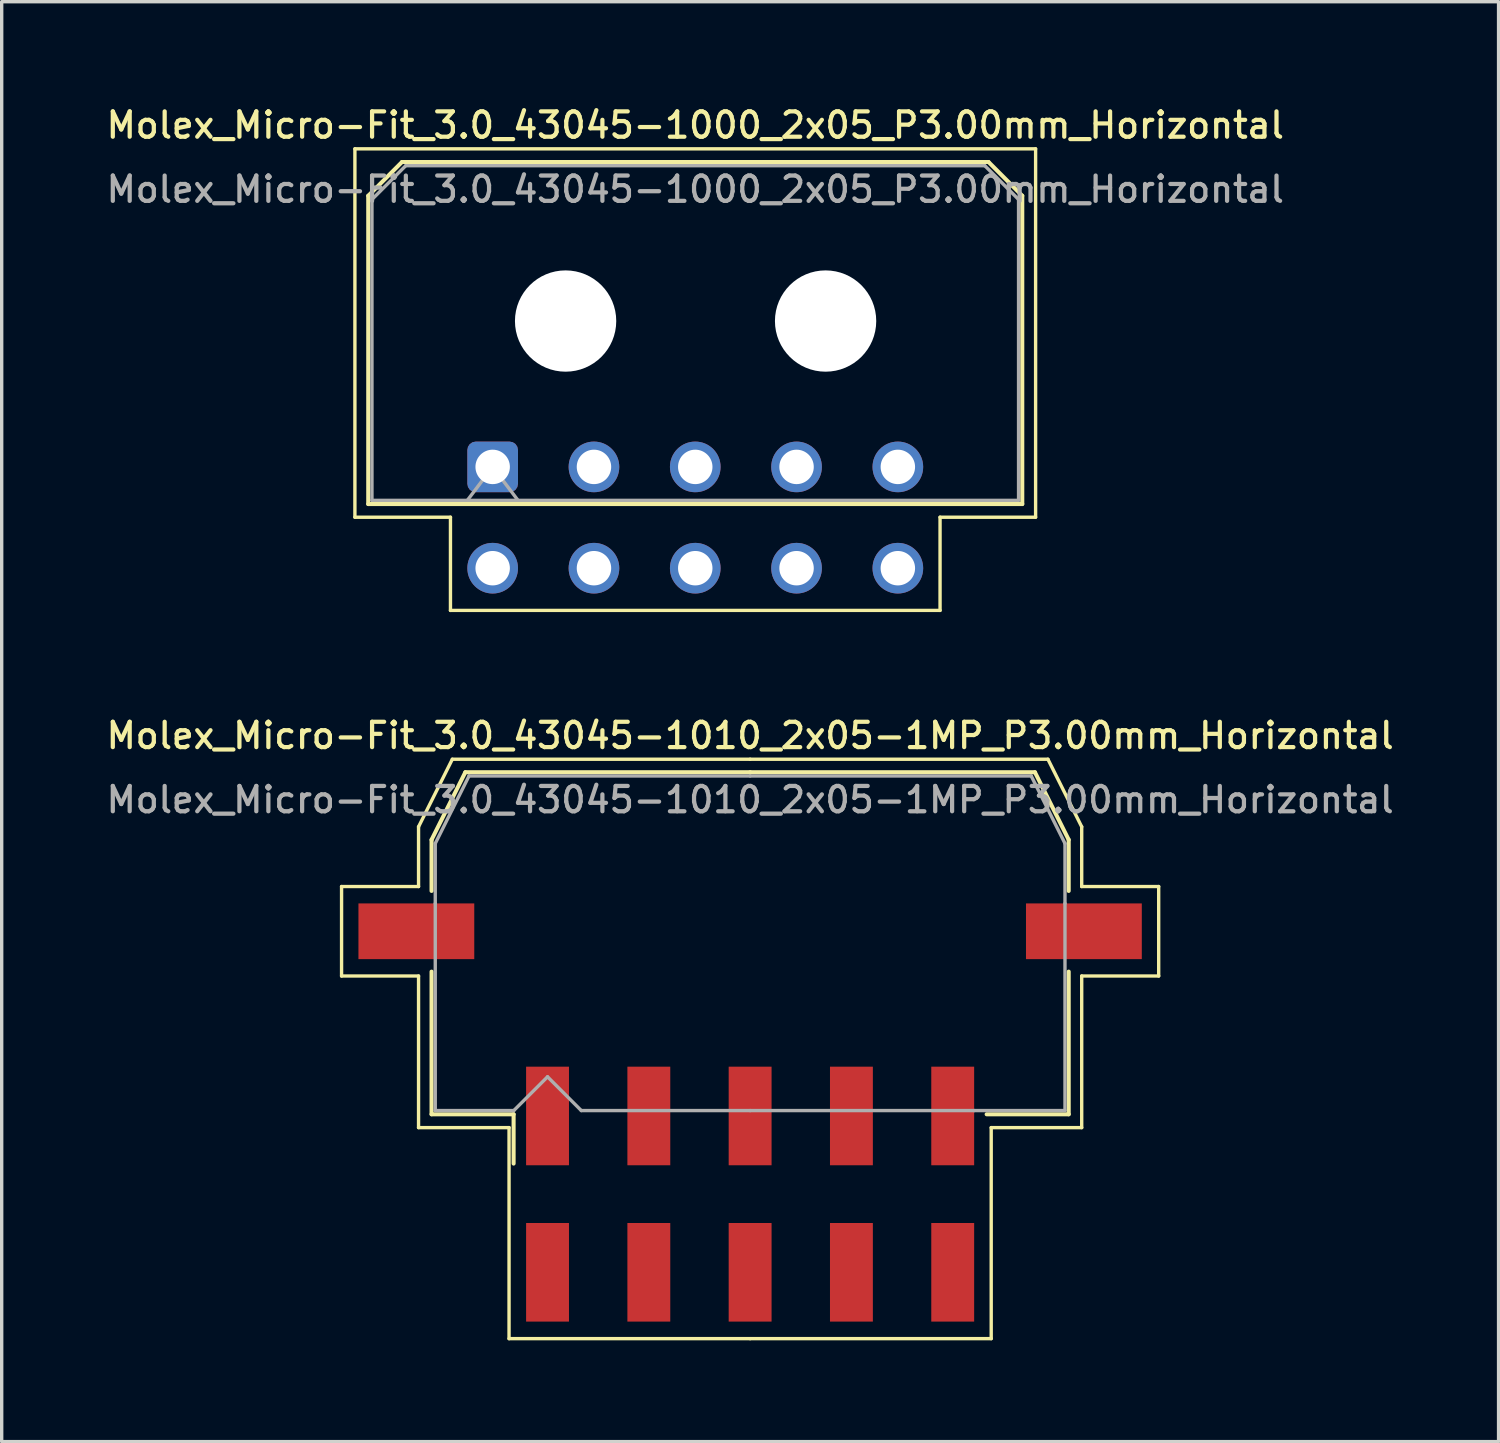
<source format=kicad_pcb>
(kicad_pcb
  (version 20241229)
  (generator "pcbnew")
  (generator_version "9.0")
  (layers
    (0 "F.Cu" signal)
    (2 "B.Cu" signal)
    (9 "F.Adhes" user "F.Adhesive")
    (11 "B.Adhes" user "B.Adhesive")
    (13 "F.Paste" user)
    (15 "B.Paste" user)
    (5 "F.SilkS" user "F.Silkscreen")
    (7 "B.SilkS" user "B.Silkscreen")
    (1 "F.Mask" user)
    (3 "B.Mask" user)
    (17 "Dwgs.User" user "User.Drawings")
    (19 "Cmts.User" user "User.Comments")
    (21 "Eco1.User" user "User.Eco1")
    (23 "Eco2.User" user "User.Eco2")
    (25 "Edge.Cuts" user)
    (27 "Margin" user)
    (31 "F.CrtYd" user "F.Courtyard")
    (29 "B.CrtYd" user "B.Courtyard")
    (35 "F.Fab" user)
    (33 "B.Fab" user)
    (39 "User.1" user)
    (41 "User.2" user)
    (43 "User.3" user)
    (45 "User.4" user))
  (footprint "Molex_Micro-Fit_3.0_43045-1000_2x05_P3.00mm_Horizontal"
    (layer "F.Cu")
    (at 11.541 10.778)
    (property "Reference" "Molex_Micro-Fit_3.0_43045-1000_2x05_P3.00mm_Horizontal" (at 6 -10.12 0) (layer "F.SilkS") (effects (font (size 0.75 0.75) (thickness 0.125))))
    (attr through_hole)
    (fp_line (start -4.08 -9.42) (end 16.08 -9.42) (stroke (width 0.1) (type solid)) (layer "F.SilkS"))
    (fp_line (start -4.08 1.49) (end -4.08 -9.42) (stroke (width 0.1) (type solid)) (layer "F.SilkS"))
    (fp_line (start -3.685 -8.03) (end -2.685 -9.03) (stroke (width 0.12) (type solid)) (layer "F.SilkS"))
    (fp_line (start -3.685 1.1) (end -3.685 -8.03) (stroke (width 0.12) (type solid)) (layer "F.SilkS"))
    (fp_line (start -2.685 -9.03) (end 14.685 -9.03) (stroke (width 0.12) (type solid)) (layer "F.SilkS"))
    (fp_line (start -1.25 1.49) (end -4.08 1.49) (stroke (width 0.1) (type solid)) (layer "F.SilkS"))
    (fp_line (start -1.25 4.25) (end -1.25 1.49) (stroke (width 0.1) (type solid)) (layer "F.SilkS"))
    (fp_line (start 13.25 1.49) (end 13.25 4.25) (stroke (width 0.1) (type solid)) (layer "F.SilkS"))
    (fp_line (start 13.25 4.25) (end -1.25 4.25) (stroke (width 0.1) (type solid)) (layer "F.SilkS"))
    (fp_line (start 14.685 -9.03) (end 15.685 -8.03) (stroke (width 0.12) (type solid)) (layer "F.SilkS"))
    (fp_line (start 15.685 -8.03) (end 15.685 1.1) (stroke (width 0.12) (type solid)) (layer "F.SilkS"))
    (fp_line (start 15.685 1.1) (end -3.685 1.1) (stroke (width 0.12) (type solid)) (layer "F.SilkS"))
    (fp_line (start 16.08 -9.42) (end 16.08 1.49) (stroke (width 0.1) (type solid)) (layer "F.SilkS"))
    (fp_line (start 16.08 1.49) (end 13.25 1.49) (stroke (width 0.1) (type solid)) (layer "F.SilkS"))
    (fp_line (start -3.575 -7.92) (end -2.575 -8.92) (stroke (width 0.1) (type solid)) (layer "F.Fab"))
    (fp_line (start -3.575 0.99) (end -3.575 -7.92) (stroke (width 0.1) (type solid)) (layer "F.Fab"))
    (fp_line (start -2.575 -8.92) (end 14.575 -8.92) (stroke (width 0.1) (type solid)) (layer "F.Fab"))
    (fp_line (start -0.75 0.99) (end 0 0) (stroke (width 0.1) (type solid)) (layer "F.Fab"))
    (fp_line (start 0 0) (end 0.75 0.99) (stroke (width 0.1) (type solid)) (layer "F.Fab"))
    (fp_line (start 14.575 -8.92) (end 15.575 -7.92) (stroke (width 0.1) (type solid)) (layer "F.Fab"))
    (fp_line (start 15.575 -7.92) (end 15.575 0.99) (stroke (width 0.1) (type solid)) (layer "F.Fab"))
    (fp_line (start 15.575 0.99) (end -3.575 0.99) (stroke (width 0.1) (type solid)) (layer "F.Fab"))
    (fp_text user "${REFERENCE}" (at 6 -8.22 0) (layer "F.Fab") (effects (font (size 0.75 0.75) (thickness 0.125))))
    (pad "" np_thru_hole circle (at 2.16 -4.32) (size 3 3) (drill 3) (layers "*.Cu" "*.Mask"))
    (pad "" np_thru_hole circle (at 9.86 -4.32) (size 3 3) (drill 3) (layers "*.Cu" "*.Mask"))
    (pad "1" thru_hole roundrect (at 0 0) (size 1.5 1.5) (drill 1.02) (layers "*.Cu" "*.Mask") (roundrect_rratio 0.167))
    (pad "2" thru_hole circle (at 3 0) (size 1.5 1.5) (drill 1.02) (layers "*.Cu" "*.Mask"))
    (pad "3" thru_hole circle (at 6 0) (size 1.5 1.5) (drill 1.02) (layers "*.Cu" "*.Mask"))
    (pad "4" thru_hole circle (at 9 0) (size 1.5 1.5) (drill 1.02) (layers "*.Cu" "*.Mask"))
    (pad "5" thru_hole circle (at 12 0) (size 1.5 1.5) (drill 1.02) (layers "*.Cu" "*.Mask"))
    (pad "6" thru_hole circle (at 0 3) (size 1.5 1.5) (drill 1.02) (layers "*.Cu" "*.Mask"))
    (pad "7" thru_hole circle (at 3 3) (size 1.5 1.5) (drill 1.02) (layers "*.Cu" "*.Mask"))
    (pad "8" thru_hole circle (at 6 3) (size 1.5 1.5) (drill 1.02) (layers "*.Cu" "*.Mask"))
    (pad "9" thru_hole circle (at 9 3) (size 1.5 1.5) (drill 1.02) (layers "*.Cu" "*.Mask"))
    (pad "10" thru_hole circle (at 12 3) (size 1.5 1.5) (drill 1.02) (layers "*.Cu" "*.Mask")))
  (footprint "Molex_Micro-Fit_3.0_43045-1010_2x05-1MP_P3.00mm_Horizontal"
    (layer "F.Cu")
    (at 19.166 32.316)
    (property "Reference" "Molex_Micro-Fit_3.0_43045-1010_2x05-1MP_P3.00mm_Horizontal" (at 0 -13.58 0) (layer "F.SilkS") (effects (font (size 0.75 0.75) (thickness 0.125))))
    (attr smd)
    (fp_line (start -12.1 -9.11) (end -12.1 -6.46) (stroke (width 0.1) (type solid)) (layer "F.SilkS"))
    (fp_line (start -12.1 -6.46) (end -9.82 -6.46) (stroke (width 0.1) (type solid)) (layer "F.SilkS"))
    (fp_line (start -9.82 -10.88) (end -9.82 -9.11) (stroke (width 0.1) (type solid)) (layer "F.SilkS"))
    (fp_line (start -9.82 -9.11) (end -12.1 -9.11) (stroke (width 0.1) (type solid)) (layer "F.SilkS"))
    (fp_line (start -9.82 -6.46) (end -9.82 -1.97) (stroke (width 0.1) (type solid)) (layer "F.SilkS"))
    (fp_line (start -9.82 -1.97) (end -7.14 -1.97) (stroke (width 0.1) (type solid)) (layer "F.SilkS"))
    (fp_line (start -9.435 -10.495) (end -9.435 -8.98) (stroke (width 0.12) (type solid)) (layer "F.SilkS"))
    (fp_line (start -9.435 -6.59) (end -9.435 -2.365) (stroke (width 0.12) (type solid)) (layer "F.SilkS"))
    (fp_line (start -9.435 -2.365) (end -7.005 -2.365) (stroke (width 0.12) (type solid)) (layer "F.SilkS"))
    (fp_line (start -8.82 -12.88) (end -9.82 -10.88) (stroke (width 0.1) (type solid)) (layer "F.SilkS"))
    (fp_line (start -8.435 -12.495) (end -9.435 -10.495) (stroke (width 0.12) (type solid)) (layer "F.SilkS"))
    (fp_line (start -7.14 -1.97) (end -7.14 4.28) (stroke (width 0.1) (type solid)) (layer "F.SilkS"))
    (fp_line (start -7.14 4.28) (end 0 4.28) (stroke (width 0.1) (type solid)) (layer "F.SilkS"))
    (fp_line (start -7.005 -2.365) (end -7.005 -0.905) (stroke (width 0.12) (type solid)) (layer "F.SilkS"))
    (fp_line (start 0 -12.88) (end -8.82 -12.88) (stroke (width 0.1) (type solid)) (layer "F.SilkS"))
    (fp_line (start 0 -12.88) (end 8.82 -12.88) (stroke (width 0.1) (type solid)) (layer "F.SilkS"))
    (fp_line (start 0 -12.495) (end -8.435 -12.495) (stroke (width 0.12) (type solid)) (layer "F.SilkS"))
    (fp_line (start 0 -12.495) (end 8.435 -12.495) (stroke (width 0.12) (type solid)) (layer "F.SilkS"))
    (fp_line (start 7.14 -1.97) (end 7.14 4.28) (stroke (width 0.1) (type solid)) (layer "F.SilkS"))
    (fp_line (start 7.14 4.28) (end 0 4.28) (stroke (width 0.1) (type solid)) (layer "F.SilkS"))
    (fp_line (start 8.435 -12.495) (end 9.435 -10.495) (stroke (width 0.12) (type solid)) (layer "F.SilkS"))
    (fp_line (start 8.82 -12.88) (end 9.82 -10.88) (stroke (width 0.1) (type solid)) (layer "F.SilkS"))
    (fp_line (start 9.435 -10.495) (end 9.435 -8.98) (stroke (width 0.12) (type solid)) (layer "F.SilkS"))
    (fp_line (start 9.435 -6.59) (end 9.435 -2.365) (stroke (width 0.12) (type solid)) (layer "F.SilkS"))
    (fp_line (start 9.435 -2.365) (end 7.005 -2.365) (stroke (width 0.12) (type solid)) (layer "F.SilkS"))
    (fp_line (start 9.82 -10.88) (end 9.82 -9.11) (stroke (width 0.1) (type solid)) (layer "F.SilkS"))
    (fp_line (start 9.82 -9.11) (end 12.1 -9.11) (stroke (width 0.1) (type solid)) (layer "F.SilkS"))
    (fp_line (start 9.82 -6.46) (end 9.82 -1.97) (stroke (width 0.1) (type solid)) (layer "F.SilkS"))
    (fp_line (start 9.82 -1.97) (end 7.14 -1.97) (stroke (width 0.1) (type solid)) (layer "F.SilkS"))
    (fp_line (start 12.1 -9.11) (end 12.1 -6.46) (stroke (width 0.1) (type solid)) (layer "F.SilkS"))
    (fp_line (start 12.1 -6.46) (end 9.82 -6.46) (stroke (width 0.1) (type solid)) (layer "F.SilkS"))
    (fp_line (start -9.325 -10.385) (end -9.325 -8.61) (stroke (width 0.1) (type solid)) (layer "F.Fab"))
    (fp_line (start -9.325 -8.61) (end -9.325 -2.475) (stroke (width 0.1) (type solid)) (layer "F.Fab"))
    (fp_line (start -9.325 -2.475) (end -7 -2.475) (stroke (width 0.1) (type solid)) (layer "F.Fab"))
    (fp_line (start -8.325 -12.385) (end -9.325 -10.385) (stroke (width 0.1) (type solid)) (layer "F.Fab"))
    (fp_line (start -7 -2.475) (end -6 -3.475) (stroke (width 0.1) (type solid)) (layer "F.Fab"))
    (fp_line (start -6 -3.475) (end -5 -2.475) (stroke (width 0.1) (type solid)) (layer "F.Fab"))
    (fp_line (start -5 -2.475) (end 0 -2.475) (stroke (width 0.1) (type solid)) (layer "F.Fab"))
    (fp_line (start 0 -12.385) (end -8.325 -12.385) (stroke (width 0.1) (type solid)) (layer "F.Fab"))
    (fp_line (start 0 -12.385) (end 8.325 -12.385) (stroke (width 0.1) (type solid)) (layer "F.Fab"))
    (fp_line (start 6.635 -2.475) (end 0 -2.475) (stroke (width 0.1) (type solid)) (layer "F.Fab"))
    (fp_line (start 8.325 -12.385) (end 9.325 -10.385) (stroke (width 0.1) (type solid)) (layer "F.Fab"))
    (fp_line (start 9.325 -10.385) (end 9.325 -8.61) (stroke (width 0.1) (type solid)) (layer "F.Fab"))
    (fp_line (start 9.325 -8.61) (end 9.325 -2.475) (stroke (width 0.1) (type solid)) (layer "F.Fab"))
    (fp_line (start 9.325 -2.475) (end 6.635 -2.475) (stroke (width 0.1) (type solid)) (layer "F.Fab"))
    (fp_text user "${REFERENCE}" (at 0 -11.68 0) (layer "F.Fab") (effects (font (size 0.75 0.75) (thickness 0.125))))
    (pad "1" smd rect (at -6 -2.315) (size 1.27 2.92) (layers "F.Cu" "F.Mask" "F.Paste"))
    (pad "2" smd rect (at -3 -2.315) (size 1.27 2.92) (layers "F.Cu" "F.Mask" "F.Paste"))
    (pad "3" smd rect (at 0 -2.315) (size 1.27 2.92) (layers "F.Cu" "F.Mask" "F.Paste"))
    (pad "4" smd rect (at 3 -2.315) (size 1.27 2.92) (layers "F.Cu" "F.Mask" "F.Paste"))
    (pad "5" smd rect (at 6 -2.315) (size 1.27 2.92) (layers "F.Cu" "F.Mask" "F.Paste"))
    (pad "6" smd rect (at -6 2.315) (size 1.27 2.92) (layers "F.Cu" "F.Mask" "F.Paste"))
    (pad "7" smd rect (at -3 2.315) (size 1.27 2.92) (layers "F.Cu" "F.Mask" "F.Paste"))
    (pad "8" smd rect (at 0 2.315) (size 1.27 2.92) (layers "F.Cu" "F.Mask" "F.Paste"))
    (pad "9" smd rect (at 3 2.315) (size 1.27 2.92) (layers "F.Cu" "F.Mask" "F.Paste"))
    (pad "10" smd rect (at 6 2.315) (size 1.27 2.92) (layers "F.Cu" "F.Mask" "F.Paste"))
    (pad "MP" smd rect (at -9.885 -7.785) (size 3.43 1.65) (layers "F.Cu" "F.Mask" "F.Paste"))
    (pad "MP" smd rect (at 9.885 -7.785) (size 3.43 1.65) (layers "F.Cu" "F.Mask" "F.Paste")))
  (gr_rect
    (start -3 -3)
    (end 41.332 39.646)
    (stroke (width 0.1) (type default))
    (fill no)
    (layer "Edge.Cuts")))
</source>
